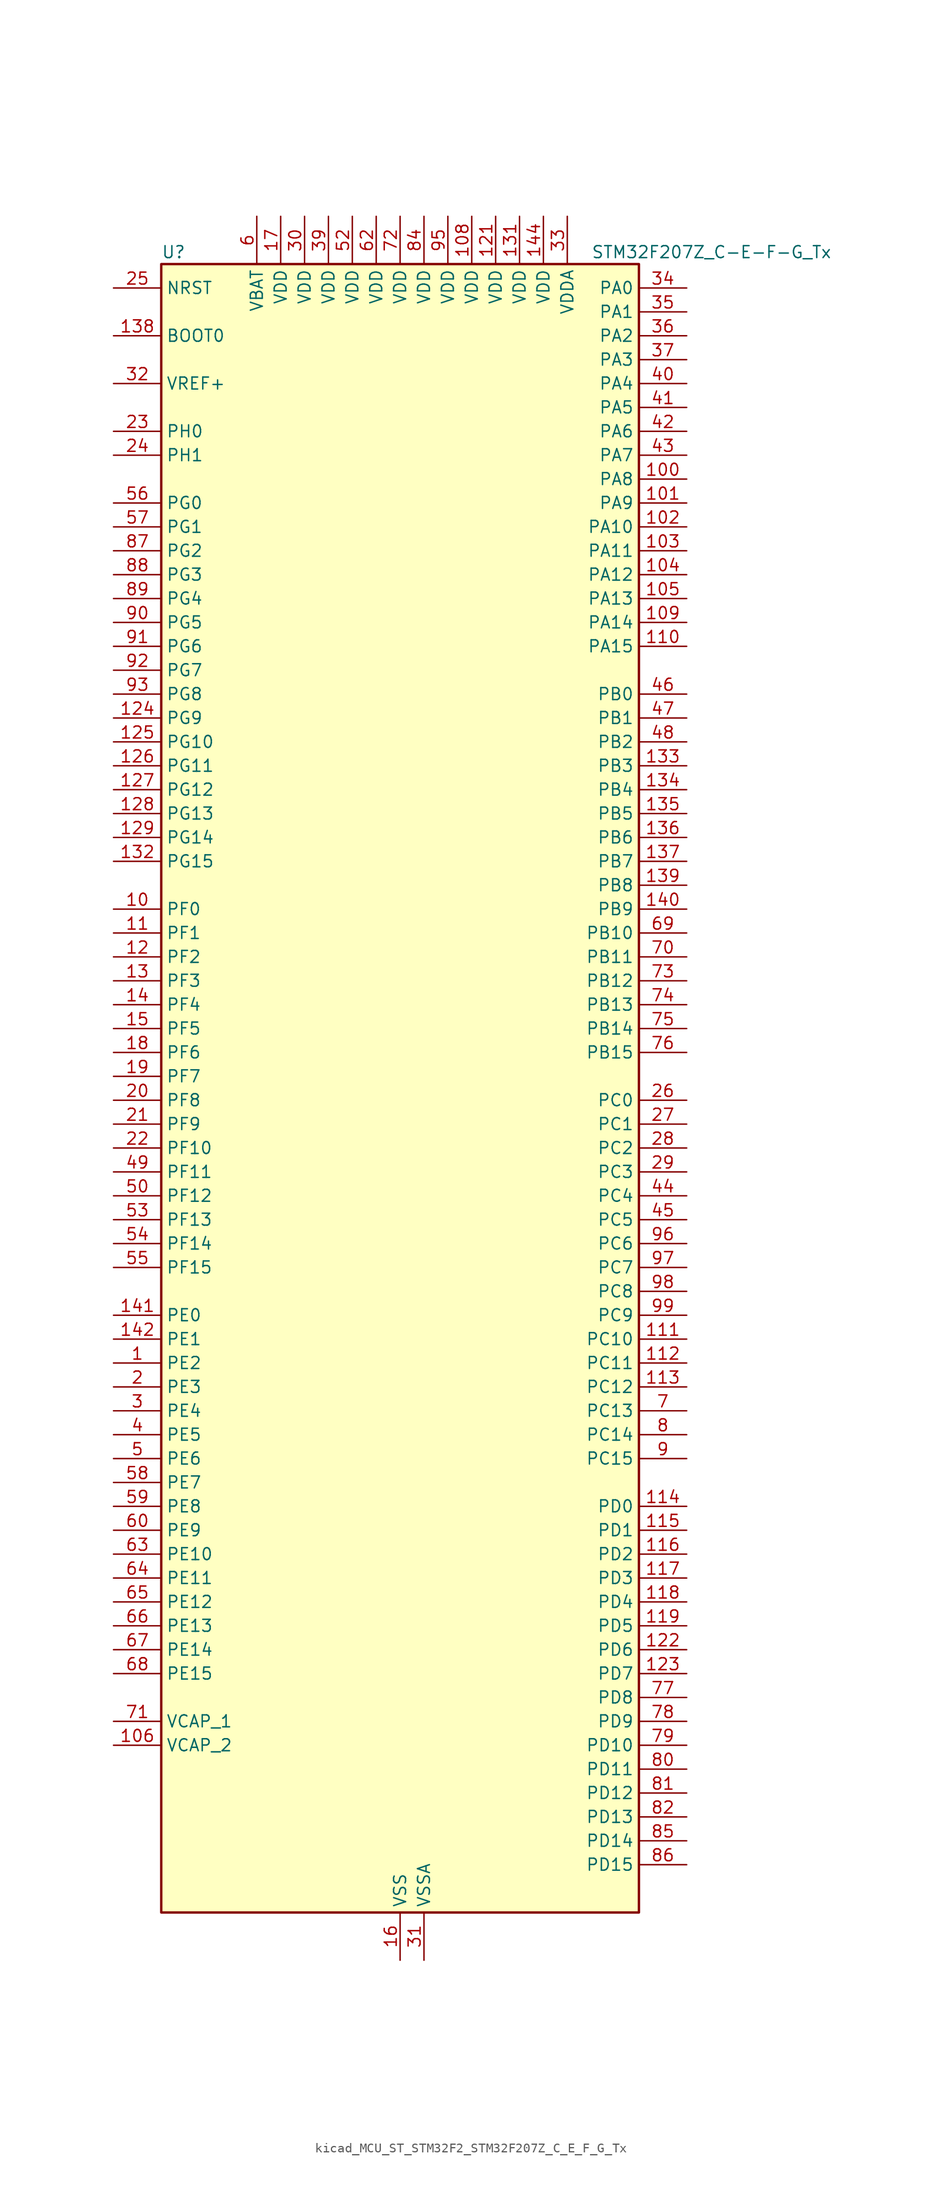
<source format=kicad_sym>
(kicad_symbol_lib
  (version 20220914)
  (generator kicad_symbol_editor)
  (symbol "kicad_MCU_ST_STM32F2_STM32F207Z_C_E_F_G_Tx"
    (property "Reference" "U"
      (at -25.4 90.17 0)
      (effects (font (size 1.27 1.27)) (justify left)))
    (property "Value" "STM32F207Z_C-E-F-G_Tx"
      (at 20.32 90.17 0)
      (effects (font (size 1.27 1.27)) (justify left)))
    (property "ki_locked" ""
      (at 0 0 0)
      (effects (font (size 1.27 1.27))))
    (symbol "kicad_MCU_ST_STM32F2_STM32F207Z_C_E_F_G_Tx_0_1"
      (rectangle (start -25.4 -86.36) (end 25.4 88.9) (stroke (width 0.254) (type default)) (fill (type background))))
    (symbol "kicad_MCU_ST_STM32F2_STM32F207Z_C_E_F_G_Tx_1_1"
      (pin bidirectional line (at -30.48 -27.94 0) (length 5.08) (name "PE2" (effects (font (size 1.27 1.27)))) (number "1" (effects (font (size 1.27 1.27)))) (alternate "ETH_TXD3" bidirectional line) (alternate "FSMC_A23" bidirectional line) (alternate "SYS_TRACECLK" bidirectional line))
      (pin bidirectional line (at -30.48 20.32 0) (length 5.08) (name "PF0" (effects (font (size 1.27 1.27)))) (number "10" (effects (font (size 1.27 1.27)))) (alternate "FSMC_A0" bidirectional line) (alternate "I2C2_SDA" bidirectional line))
      (pin bidirectional line (at 30.48 66.04 180) (length 5.08) (name "PA8" (effects (font (size 1.27 1.27)))) (number "100" (effects (font (size 1.27 1.27)))) (alternate "I2C3_SCL" bidirectional line) (alternate "RCC_MCO_1" bidirectional line) (alternate "TIM1_CH1" bidirectional line) (alternate "USART1_CK" bidirectional line) (alternate "USB_OTG_FS_SOF" bidirectional line))
      (pin bidirectional line (at 30.48 63.5 180) (length 5.08) (name "PA9" (effects (font (size 1.27 1.27)))) (number "101" (effects (font (size 1.27 1.27)))) (alternate "DAC_EXTI9" bidirectional line) (alternate "DCMI_D0" bidirectional line) (alternate "I2C3_SMBA" bidirectional line) (alternate "TIM1_CH2" bidirectional line) (alternate "USART1_TX" bidirectional line) (alternate "USB_OTG_FS_VBUS" bidirectional line))
      (pin bidirectional line (at 30.48 60.96 180) (length 5.08) (name "PA10" (effects (font (size 1.27 1.27)))) (number "102" (effects (font (size 1.27 1.27)))) (alternate "DCMI_D1" bidirectional line) (alternate "TIM1_CH3" bidirectional line) (alternate "USART1_RX" bidirectional line) (alternate "USB_OTG_FS_ID" bidirectional line))
      (pin bidirectional line (at 30.48 58.42 180) (length 5.08) (name "PA11" (effects (font (size 1.27 1.27)))) (number "103" (effects (font (size 1.27 1.27)))) (alternate "ADC1_EXTI11" bidirectional line) (alternate "ADC2_EXTI11" bidirectional line) (alternate "ADC3_EXTI11" bidirectional line) (alternate "CAN1_RX" bidirectional line) (alternate "TIM1_CH4" bidirectional line) (alternate "USART1_CTS" bidirectional line) (alternate "USB_OTG_FS_DM" bidirectional line))
      (pin bidirectional line (at 30.48 55.88 180) (length 5.08) (name "PA12" (effects (font (size 1.27 1.27)))) (number "104" (effects (font (size 1.27 1.27)))) (alternate "CAN1_TX" bidirectional line) (alternate "TIM1_ETR" bidirectional line) (alternate "USART1_RTS" bidirectional line) (alternate "USB_OTG_FS_DP" bidirectional line))
      (pin bidirectional line (at 30.48 53.34 180) (length 5.08) (name "PA13" (effects (font (size 1.27 1.27)))) (number "105" (effects (font (size 1.27 1.27)))) (alternate "SYS_JTMS-SWDIO" bidirectional line))
      (pin power_out line (at -30.48 -68.58 0) (length 5.08) (name "VCAP_2" (effects (font (size 1.27 1.27)))) (number "106" (effects (font (size 1.27 1.27)))))
      (pin passive line (at 0 -91.44 90) (length 5.08) hide (name "VSS" (effects (font (size 1.27 1.27)))) (number "107" (effects (font (size 1.27 1.27)))))
      (pin power_in line (at 7.62 93.98 270) (length 5.08) (name "VDD" (effects (font (size 1.27 1.27)))) (number "108" (effects (font (size 1.27 1.27)))))
      (pin bidirectional line (at 30.48 50.8 180) (length 5.08) (name "PA14" (effects (font (size 1.27 1.27)))) (number "109" (effects (font (size 1.27 1.27)))) (alternate "SYS_JTCK-SWCLK" bidirectional line))
      (pin bidirectional line (at -30.48 17.78 0) (length 5.08) (name "PF1" (effects (font (size 1.27 1.27)))) (number "11" (effects (font (size 1.27 1.27)))) (alternate "FSMC_A1" bidirectional line) (alternate "I2C2_SCL" bidirectional line))
      (pin bidirectional line (at 30.48 48.26 180) (length 5.08) (name "PA15" (effects (font (size 1.27 1.27)))) (number "110" (effects (font (size 1.27 1.27)))) (alternate "ADC1_EXTI15" bidirectional line) (alternate "ADC2_EXTI15" bidirectional line) (alternate "ADC3_EXTI15" bidirectional line) (alternate "I2S3_WS" bidirectional line) (alternate "SPI1_NSS" bidirectional line) (alternate "SPI3_NSS" bidirectional line) (alternate "SYS_JTDI" bidirectional line) (alternate "TIM2_CH1" bidirectional line) (alternate "TIM2_ETR" bidirectional line))
      (pin bidirectional line (at 30.48 -25.4 180) (length 5.08) (name "PC10" (effects (font (size 1.27 1.27)))) (number "111" (effects (font (size 1.27 1.27)))) (alternate "DCMI_D8" bidirectional line) (alternate "I2S3_SCK" bidirectional line) (alternate "SDIO_D2" bidirectional line) (alternate "SPI3_SCK" bidirectional line) (alternate "UART4_TX" bidirectional line) (alternate "USART3_TX" bidirectional line))
      (pin bidirectional line (at 30.48 -27.94 180) (length 5.08) (name "PC11" (effects (font (size 1.27 1.27)))) (number "112" (effects (font (size 1.27 1.27)))) (alternate "ADC1_EXTI11" bidirectional line) (alternate "ADC2_EXTI11" bidirectional line) (alternate "ADC3_EXTI11" bidirectional line) (alternate "DCMI_D4" bidirectional line) (alternate "SDIO_D3" bidirectional line) (alternate "SPI3_MISO" bidirectional line) (alternate "UART4_RX" bidirectional line) (alternate "USART3_RX" bidirectional line))
      (pin bidirectional line (at 30.48 -30.48 180) (length 5.08) (name "PC12" (effects (font (size 1.27 1.27)))) (number "113" (effects (font (size 1.27 1.27)))) (alternate "DCMI_D9" bidirectional line) (alternate "I2S3_SD" bidirectional line) (alternate "SDIO_CK" bidirectional line) (alternate "SPI3_MOSI" bidirectional line) (alternate "UART5_TX" bidirectional line) (alternate "USART3_CK" bidirectional line))
      (pin bidirectional line (at 30.48 -43.18 180) (length 5.08) (name "PD0" (effects (font (size 1.27 1.27)))) (number "114" (effects (font (size 1.27 1.27)))) (alternate "CAN1_RX" bidirectional line) (alternate "FSMC_D2" bidirectional line) (alternate "FSMC_DA2" bidirectional line))
      (pin bidirectional line (at 30.48 -45.72 180) (length 5.08) (name "PD1" (effects (font (size 1.27 1.27)))) (number "115" (effects (font (size 1.27 1.27)))) (alternate "CAN1_TX" bidirectional line) (alternate "FSMC_D3" bidirectional line) (alternate "FSMC_DA3" bidirectional line))
      (pin bidirectional line (at 30.48 -48.26 180) (length 5.08) (name "PD2" (effects (font (size 1.27 1.27)))) (number "116" (effects (font (size 1.27 1.27)))) (alternate "DCMI_D11" bidirectional line) (alternate "SDIO_CMD" bidirectional line) (alternate "TIM3_ETR" bidirectional line) (alternate "UART5_RX" bidirectional line))
      (pin bidirectional line (at 30.48 -50.8 180) (length 5.08) (name "PD3" (effects (font (size 1.27 1.27)))) (number "117" (effects (font (size 1.27 1.27)))) (alternate "FSMC_CLK" bidirectional line) (alternate "USART2_CTS" bidirectional line))
      (pin bidirectional line (at 30.48 -53.34 180) (length 5.08) (name "PD4" (effects (font (size 1.27 1.27)))) (number "118" (effects (font (size 1.27 1.27)))) (alternate "FSMC_NOE" bidirectional line) (alternate "USART2_RTS" bidirectional line))
      (pin bidirectional line (at 30.48 -55.88 180) (length 5.08) (name "PD5" (effects (font (size 1.27 1.27)))) (number "119" (effects (font (size 1.27 1.27)))) (alternate "FSMC_NWE" bidirectional line) (alternate "USART2_TX" bidirectional line))
      (pin bidirectional line (at -30.48 15.24 0) (length 5.08) (name "PF2" (effects (font (size 1.27 1.27)))) (number "12" (effects (font (size 1.27 1.27)))) (alternate "FSMC_A2" bidirectional line) (alternate "I2C2_SMBA" bidirectional line))
      (pin passive line (at 0 -91.44 90) (length 5.08) hide (name "VSS" (effects (font (size 1.27 1.27)))) (number "120" (effects (font (size 1.27 1.27)))))
      (pin power_in line (at 10.16 93.98 270) (length 5.08) (name "VDD" (effects (font (size 1.27 1.27)))) (number "121" (effects (font (size 1.27 1.27)))))
      (pin bidirectional line (at 30.48 -58.42 180) (length 5.08) (name "PD6" (effects (font (size 1.27 1.27)))) (number "122" (effects (font (size 1.27 1.27)))) (alternate "FSMC_NWAIT" bidirectional line) (alternate "USART2_RX" bidirectional line))
      (pin bidirectional line (at 30.48 -60.96 180) (length 5.08) (name "PD7" (effects (font (size 1.27 1.27)))) (number "123" (effects (font (size 1.27 1.27)))) (alternate "FSMC_NCE2" bidirectional line) (alternate "FSMC_NE1" bidirectional line) (alternate "USART2_CK" bidirectional line))
      (pin bidirectional line (at -30.48 40.64 0) (length 5.08) (name "PG9" (effects (font (size 1.27 1.27)))) (number "124" (effects (font (size 1.27 1.27)))) (alternate "DAC_EXTI9" bidirectional line) (alternate "FSMC_NCE3" bidirectional line) (alternate "FSMC_NE2" bidirectional line) (alternate "USART6_RX" bidirectional line))
      (pin bidirectional line (at -30.48 38.1 0) (length 5.08) (name "PG10" (effects (font (size 1.27 1.27)))) (number "125" (effects (font (size 1.27 1.27)))) (alternate "FSMC_NCE4_1" bidirectional line) (alternate "FSMC_NE3" bidirectional line))
      (pin bidirectional line (at -30.48 35.56 0) (length 5.08) (name "PG11" (effects (font (size 1.27 1.27)))) (number "126" (effects (font (size 1.27 1.27)))) (alternate "ADC1_EXTI11" bidirectional line) (alternate "ADC2_EXTI11" bidirectional line) (alternate "ADC3_EXTI11" bidirectional line) (alternate "ETH_TX_EN" bidirectional line) (alternate "FSMC_NCE4_2" bidirectional line))
      (pin bidirectional line (at -30.48 33.02 0) (length 5.08) (name "PG12" (effects (font (size 1.27 1.27)))) (number "127" (effects (font (size 1.27 1.27)))) (alternate "FSMC_NE4" bidirectional line) (alternate "USART6_RTS" bidirectional line))
      (pin bidirectional line (at -30.48 30.48 0) (length 5.08) (name "PG13" (effects (font (size 1.27 1.27)))) (number "128" (effects (font (size 1.27 1.27)))) (alternate "ETH_TXD0" bidirectional line) (alternate "FSMC_A24" bidirectional line) (alternate "USART6_CTS" bidirectional line))
      (pin bidirectional line (at -30.48 27.94 0) (length 5.08) (name "PG14" (effects (font (size 1.27 1.27)))) (number "129" (effects (font (size 1.27 1.27)))) (alternate "ETH_TXD1" bidirectional line) (alternate "FSMC_A25" bidirectional line) (alternate "USART6_TX" bidirectional line))
      (pin bidirectional line (at -30.48 12.7 0) (length 5.08) (name "PF3" (effects (font (size 1.27 1.27)))) (number "13" (effects (font (size 1.27 1.27)))) (alternate "ADC3_IN9" bidirectional line) (alternate "FSMC_A3" bidirectional line))
      (pin passive line (at 0 -91.44 90) (length 5.08) hide (name "VSS" (effects (font (size 1.27 1.27)))) (number "130" (effects (font (size 1.27 1.27)))))
      (pin power_in line (at 12.7 93.98 270) (length 5.08) (name "VDD" (effects (font (size 1.27 1.27)))) (number "131" (effects (font (size 1.27 1.27)))))
      (pin bidirectional line (at -30.48 25.4 0) (length 5.08) (name "PG15" (effects (font (size 1.27 1.27)))) (number "132" (effects (font (size 1.27 1.27)))) (alternate "ADC1_EXTI15" bidirectional line) (alternate "ADC2_EXTI15" bidirectional line) (alternate "ADC3_EXTI15" bidirectional line) (alternate "DCMI_D13" bidirectional line) (alternate "USART6_CTS" bidirectional line))
      (pin bidirectional line (at 30.48 35.56 180) (length 5.08) (name "PB3" (effects (font (size 1.27 1.27)))) (number "133" (effects (font (size 1.27 1.27)))) (alternate "I2S3_SCK" bidirectional line) (alternate "SPI1_SCK" bidirectional line) (alternate "SPI3_SCK" bidirectional line) (alternate "SYS_JTDO-SWO" bidirectional line) (alternate "TIM2_CH2" bidirectional line))
      (pin bidirectional line (at 30.48 33.02 180) (length 5.08) (name "PB4" (effects (font (size 1.27 1.27)))) (number "134" (effects (font (size 1.27 1.27)))) (alternate "SPI1_MISO" bidirectional line) (alternate "SPI3_MISO" bidirectional line) (alternate "SYS_JTRST" bidirectional line) (alternate "TIM3_CH1" bidirectional line))
      (pin bidirectional line (at 30.48 30.48 180) (length 5.08) (name "PB5" (effects (font (size 1.27 1.27)))) (number "135" (effects (font (size 1.27 1.27)))) (alternate "CAN2_RX" bidirectional line) (alternate "DCMI_D10" bidirectional line) (alternate "ETH_PPS_OUT" bidirectional line) (alternate "I2C1_SMBA" bidirectional line) (alternate "I2S3_SD" bidirectional line) (alternate "SPI1_MOSI" bidirectional line) (alternate "SPI3_MOSI" bidirectional line) (alternate "TIM3_CH2" bidirectional line) (alternate "USB_OTG_HS_ULPI_D7" bidirectional line))
      (pin bidirectional line (at 30.48 27.94 180) (length 5.08) (name "PB6" (effects (font (size 1.27 1.27)))) (number "136" (effects (font (size 1.27 1.27)))) (alternate "CAN2_TX" bidirectional line) (alternate "DCMI_D5" bidirectional line) (alternate "I2C1_SCL" bidirectional line) (alternate "TIM4_CH1" bidirectional line) (alternate "USART1_TX" bidirectional line))
      (pin bidirectional line (at 30.48 25.4 180) (length 5.08) (name "PB7" (effects (font (size 1.27 1.27)))) (number "137" (effects (font (size 1.27 1.27)))) (alternate "DCMI_VSYNC" bidirectional line) (alternate "FSMC_NL" bidirectional line) (alternate "I2C1_SDA" bidirectional line) (alternate "TIM4_CH2" bidirectional line) (alternate "USART1_RX" bidirectional line))
      (pin input line (at -30.48 81.28 0) (length 5.08) (name "BOOT0" (effects (font (size 1.27 1.27)))) (number "138" (effects (font (size 1.27 1.27)))))
      (pin bidirectional line (at 30.48 22.86 180) (length 5.08) (name "PB8" (effects (font (size 1.27 1.27)))) (number "139" (effects (font (size 1.27 1.27)))) (alternate "CAN1_RX" bidirectional line) (alternate "DCMI_D6" bidirectional line) (alternate "ETH_TXD3" bidirectional line) (alternate "I2C1_SCL" bidirectional line) (alternate "SDIO_D4" bidirectional line) (alternate "TIM10_CH1" bidirectional line) (alternate "TIM4_CH3" bidirectional line))
      (pin bidirectional line (at -30.48 10.16 0) (length 5.08) (name "PF4" (effects (font (size 1.27 1.27)))) (number "14" (effects (font (size 1.27 1.27)))) (alternate "ADC3_IN14" bidirectional line) (alternate "FSMC_A4" bidirectional line))
      (pin bidirectional line (at 30.48 20.32 180) (length 5.08) (name "PB9" (effects (font (size 1.27 1.27)))) (number "140" (effects (font (size 1.27 1.27)))) (alternate "CAN1_TX" bidirectional line) (alternate "DAC_EXTI9" bidirectional line) (alternate "DCMI_D7" bidirectional line) (alternate "I2C1_SDA" bidirectional line) (alternate "I2S2_WS" bidirectional line) (alternate "SDIO_D5" bidirectional line) (alternate "SPI2_NSS" bidirectional line) (alternate "TIM11_CH1" bidirectional line) (alternate "TIM4_CH4" bidirectional line))
      (pin bidirectional line (at -30.48 -22.86 0) (length 5.08) (name "PE0" (effects (font (size 1.27 1.27)))) (number "141" (effects (font (size 1.27 1.27)))) (alternate "DCMI_D2" bidirectional line) (alternate "FSMC_NBL0" bidirectional line) (alternate "TIM4_ETR" bidirectional line))
      (pin bidirectional line (at -30.48 -25.4 0) (length 5.08) (name "PE1" (effects (font (size 1.27 1.27)))) (number "142" (effects (font (size 1.27 1.27)))) (alternate "DCMI_D3" bidirectional line) (alternate "FSMC_NBL1" bidirectional line))
      (pin no_connect line (at -25.4 -86.36 0) (length 5.08) hide (name "RFU" (effects (font (size 1.27 1.27)))) (number "143" (effects (font (size 1.27 1.27)))))
      (pin power_in line (at 15.24 93.98 270) (length 5.08) (name "VDD" (effects (font (size 1.27 1.27)))) (number "144" (effects (font (size 1.27 1.27)))))
      (pin bidirectional line (at -30.48 7.62 0) (length 5.08) (name "PF5" (effects (font (size 1.27 1.27)))) (number "15" (effects (font (size 1.27 1.27)))) (alternate "ADC3_IN15" bidirectional line) (alternate "FSMC_A5" bidirectional line))
      (pin power_in line (at 0 -91.44 90) (length 5.08) (name "VSS" (effects (font (size 1.27 1.27)))) (number "16" (effects (font (size 1.27 1.27)))))
      (pin power_in line (at -12.7 93.98 270) (length 5.08) (name "VDD" (effects (font (size 1.27 1.27)))) (number "17" (effects (font (size 1.27 1.27)))))
      (pin bidirectional line (at -30.48 5.08 0) (length 5.08) (name "PF6" (effects (font (size 1.27 1.27)))) (number "18" (effects (font (size 1.27 1.27)))) (alternate "ADC3_IN4" bidirectional line) (alternate "FSMC_NIORD" bidirectional line) (alternate "TIM10_CH1" bidirectional line))
      (pin bidirectional line (at -30.48 2.54 0) (length 5.08) (name "PF7" (effects (font (size 1.27 1.27)))) (number "19" (effects (font (size 1.27 1.27)))) (alternate "ADC3_IN5" bidirectional line) (alternate "FSMC_NREG" bidirectional line) (alternate "TIM11_CH1" bidirectional line))
      (pin bidirectional line (at -30.48 -30.48 0) (length 5.08) (name "PE3" (effects (font (size 1.27 1.27)))) (number "2" (effects (font (size 1.27 1.27)))) (alternate "FSMC_A19" bidirectional line) (alternate "SYS_TRACED0" bidirectional line))
      (pin bidirectional line (at -30.48 0 0) (length 5.08) (name "PF8" (effects (font (size 1.27 1.27)))) (number "20" (effects (font (size 1.27 1.27)))) (alternate "ADC3_IN6" bidirectional line) (alternate "FSMC_NIOWR" bidirectional line) (alternate "TIM13_CH1" bidirectional line))
      (pin bidirectional line (at -30.48 -2.54 0) (length 5.08) (name "PF9" (effects (font (size 1.27 1.27)))) (number "21" (effects (font (size 1.27 1.27)))) (alternate "ADC3_IN7" bidirectional line) (alternate "DAC_EXTI9" bidirectional line) (alternate "FSMC_CD" bidirectional line) (alternate "TIM14_CH1" bidirectional line))
      (pin bidirectional line (at -30.48 -5.08 0) (length 5.08) (name "PF10" (effects (font (size 1.27 1.27)))) (number "22" (effects (font (size 1.27 1.27)))) (alternate "ADC3_IN8" bidirectional line) (alternate "FSMC_INTR" bidirectional line))
      (pin bidirectional line (at -30.48 71.12 0) (length 5.08) (name "PH0" (effects (font (size 1.27 1.27)))) (number "23" (effects (font (size 1.27 1.27)))) (alternate "RCC_OSC_IN" bidirectional line))
      (pin bidirectional line (at -30.48 68.58 0) (length 5.08) (name "PH1" (effects (font (size 1.27 1.27)))) (number "24" (effects (font (size 1.27 1.27)))) (alternate "RCC_OSC_OUT" bidirectional line))
      (pin input line (at -30.48 86.36 0) (length 5.08) (name "NRST" (effects (font (size 1.27 1.27)))) (number "25" (effects (font (size 1.27 1.27)))))
      (pin bidirectional line (at 30.48 0 180) (length 5.08) (name "PC0" (effects (font (size 1.27 1.27)))) (number "26" (effects (font (size 1.27 1.27)))) (alternate "ADC1_IN10" bidirectional line) (alternate "ADC2_IN10" bidirectional line) (alternate "ADC3_IN10" bidirectional line) (alternate "USB_OTG_HS_ULPI_STP" bidirectional line))
      (pin bidirectional line (at 30.48 -2.54 180) (length 5.08) (name "PC1" (effects (font (size 1.27 1.27)))) (number "27" (effects (font (size 1.27 1.27)))) (alternate "ADC1_IN11" bidirectional line) (alternate "ADC2_IN11" bidirectional line) (alternate "ADC3_IN11" bidirectional line) (alternate "ETH_MDC" bidirectional line))
      (pin bidirectional line (at 30.48 -5.08 180) (length 5.08) (name "PC2" (effects (font (size 1.27 1.27)))) (number "28" (effects (font (size 1.27 1.27)))) (alternate "ADC1_IN12" bidirectional line) (alternate "ADC2_IN12" bidirectional line) (alternate "ADC3_IN12" bidirectional line) (alternate "ETH_TXD2" bidirectional line) (alternate "SPI2_MISO" bidirectional line) (alternate "USB_OTG_HS_ULPI_DIR" bidirectional line))
      (pin bidirectional line (at 30.48 -7.62 180) (length 5.08) (name "PC3" (effects (font (size 1.27 1.27)))) (number "29" (effects (font (size 1.27 1.27)))) (alternate "ADC1_IN13" bidirectional line) (alternate "ADC2_IN13" bidirectional line) (alternate "ADC3_IN13" bidirectional line) (alternate "ETH_TX_CLK" bidirectional line) (alternate "I2S2_SD" bidirectional line) (alternate "SPI2_MOSI" bidirectional line) (alternate "USB_OTG_HS_ULPI_NXT" bidirectional line))
      (pin bidirectional line (at -30.48 -33.02 0) (length 5.08) (name "PE4" (effects (font (size 1.27 1.27)))) (number "3" (effects (font (size 1.27 1.27)))) (alternate "DCMI_D4" bidirectional line) (alternate "FSMC_A20" bidirectional line) (alternate "SYS_TRACED1" bidirectional line))
      (pin power_in line (at -10.16 93.98 270) (length 5.08) (name "VDD" (effects (font (size 1.27 1.27)))) (number "30" (effects (font (size 1.27 1.27)))))
      (pin power_in line (at 2.54 -91.44 90) (length 5.08) (name "VSSA" (effects (font (size 1.27 1.27)))) (number "31" (effects (font (size 1.27 1.27)))))
      (pin input line (at -30.48 76.2 0) (length 5.08) (name "VREF+" (effects (font (size 1.27 1.27)))) (number "32" (effects (font (size 1.27 1.27)))))
      (pin power_in line (at 17.78 93.98 270) (length 5.08) (name "VDDA" (effects (font (size 1.27 1.27)))) (number "33" (effects (font (size 1.27 1.27)))))
      (pin bidirectional line (at 30.48 86.36 180) (length 5.08) (name "PA0" (effects (font (size 1.27 1.27)))) (number "34" (effects (font (size 1.27 1.27)))) (alternate "ADC1_IN0" bidirectional line) (alternate "ADC2_IN0" bidirectional line) (alternate "ADC3_IN0" bidirectional line) (alternate "ETH_CRS" bidirectional line) (alternate "SYS_WKUP" bidirectional line) (alternate "TIM2_CH1" bidirectional line) (alternate "TIM2_ETR" bidirectional line) (alternate "TIM5_CH1" bidirectional line) (alternate "TIM8_ETR" bidirectional line) (alternate "UART4_TX" bidirectional line) (alternate "USART2_CTS" bidirectional line))
      (pin bidirectional line (at 30.48 83.82 180) (length 5.08) (name "PA1" (effects (font (size 1.27 1.27)))) (number "35" (effects (font (size 1.27 1.27)))) (alternate "ADC1_IN1" bidirectional line) (alternate "ADC2_IN1" bidirectional line) (alternate "ADC3_IN1" bidirectional line) (alternate "ETH_REF_CLK" bidirectional line) (alternate "ETH_RX_CLK" bidirectional line) (alternate "TIM2_CH2" bidirectional line) (alternate "TIM5_CH2" bidirectional line) (alternate "UART4_RX" bidirectional line) (alternate "USART2_RTS" bidirectional line))
      (pin bidirectional line (at 30.48 81.28 180) (length 5.08) (name "PA2" (effects (font (size 1.27 1.27)))) (number "36" (effects (font (size 1.27 1.27)))) (alternate "ADC1_IN2" bidirectional line) (alternate "ADC2_IN2" bidirectional line) (alternate "ADC3_IN2" bidirectional line) (alternate "ETH_MDIO" bidirectional line) (alternate "TIM2_CH3" bidirectional line) (alternate "TIM5_CH3" bidirectional line) (alternate "TIM9_CH1" bidirectional line) (alternate "USART2_TX" bidirectional line))
      (pin bidirectional line (at 30.48 78.74 180) (length 5.08) (name "PA3" (effects (font (size 1.27 1.27)))) (number "37" (effects (font (size 1.27 1.27)))) (alternate "ADC1_IN3" bidirectional line) (alternate "ADC2_IN3" bidirectional line) (alternate "ADC3_IN3" bidirectional line) (alternate "ETH_COL" bidirectional line) (alternate "TIM2_CH4" bidirectional line) (alternate "TIM5_CH4" bidirectional line) (alternate "TIM9_CH2" bidirectional line) (alternate "USART2_RX" bidirectional line) (alternate "USB_OTG_HS_ULPI_D0" bidirectional line))
      (pin passive line (at 0 -91.44 90) (length 5.08) hide (name "VSS" (effects (font (size 1.27 1.27)))) (number "38" (effects (font (size 1.27 1.27)))))
      (pin power_in line (at -7.62 93.98 270) (length 5.08) (name "VDD" (effects (font (size 1.27 1.27)))) (number "39" (effects (font (size 1.27 1.27)))))
      (pin bidirectional line (at -30.48 -35.56 0) (length 5.08) (name "PE5" (effects (font (size 1.27 1.27)))) (number "4" (effects (font (size 1.27 1.27)))) (alternate "DCMI_D6" bidirectional line) (alternate "FSMC_A21" bidirectional line) (alternate "SYS_TRACED2" bidirectional line) (alternate "TIM9_CH1" bidirectional line))
      (pin bidirectional line (at 30.48 76.2 180) (length 5.08) (name "PA4" (effects (font (size 1.27 1.27)))) (number "40" (effects (font (size 1.27 1.27)))) (alternate "ADC1_IN4" bidirectional line) (alternate "ADC2_IN4" bidirectional line) (alternate "DAC_OUT1" bidirectional line) (alternate "DCMI_HSYNC" bidirectional line) (alternate "I2S3_WS" bidirectional line) (alternate "SPI1_NSS" bidirectional line) (alternate "SPI3_NSS" bidirectional line) (alternate "USART2_CK" bidirectional line) (alternate "USB_OTG_HS_SOF" bidirectional line))
      (pin bidirectional line (at 30.48 73.66 180) (length 5.08) (name "PA5" (effects (font (size 1.27 1.27)))) (number "41" (effects (font (size 1.27 1.27)))) (alternate "ADC1_IN5" bidirectional line) (alternate "ADC2_IN5" bidirectional line) (alternate "DAC_OUT2" bidirectional line) (alternate "SPI1_SCK" bidirectional line) (alternate "TIM2_CH1" bidirectional line) (alternate "TIM2_ETR" bidirectional line) (alternate "TIM8_CH1N" bidirectional line) (alternate "USB_OTG_HS_ULPI_CK" bidirectional line))
      (pin bidirectional line (at 30.48 71.12 180) (length 5.08) (name "PA6" (effects (font (size 1.27 1.27)))) (number "42" (effects (font (size 1.27 1.27)))) (alternate "ADC1_IN6" bidirectional line) (alternate "ADC2_IN6" bidirectional line) (alternate "DCMI_PIXCLK" bidirectional line) (alternate "SPI1_MISO" bidirectional line) (alternate "TIM13_CH1" bidirectional line) (alternate "TIM1_BKIN" bidirectional line) (alternate "TIM3_CH1" bidirectional line) (alternate "TIM8_BKIN" bidirectional line))
      (pin bidirectional line (at 30.48 68.58 180) (length 5.08) (name "PA7" (effects (font (size 1.27 1.27)))) (number "43" (effects (font (size 1.27 1.27)))) (alternate "ADC1_IN7" bidirectional line) (alternate "ADC2_IN7" bidirectional line) (alternate "ETH_CRS_DV" bidirectional line) (alternate "ETH_RX_DV" bidirectional line) (alternate "SPI1_MOSI" bidirectional line) (alternate "TIM14_CH1" bidirectional line) (alternate "TIM1_CH1N" bidirectional line) (alternate "TIM3_CH2" bidirectional line) (alternate "TIM8_CH1N" bidirectional line))
      (pin bidirectional line (at 30.48 -10.16 180) (length 5.08) (name "PC4" (effects (font (size 1.27 1.27)))) (number "44" (effects (font (size 1.27 1.27)))) (alternate "ADC1_IN14" bidirectional line) (alternate "ADC2_IN14" bidirectional line) (alternate "ETH_RXD0" bidirectional line))
      (pin bidirectional line (at 30.48 -12.7 180) (length 5.08) (name "PC5" (effects (font (size 1.27 1.27)))) (number "45" (effects (font (size 1.27 1.27)))) (alternate "ADC1_IN15" bidirectional line) (alternate "ADC2_IN15" bidirectional line) (alternate "ETH_RXD1" bidirectional line))
      (pin bidirectional line (at 30.48 43.18 180) (length 5.08) (name "PB0" (effects (font (size 1.27 1.27)))) (number "46" (effects (font (size 1.27 1.27)))) (alternate "ADC1_IN8" bidirectional line) (alternate "ADC2_IN8" bidirectional line) (alternate "ETH_RXD2" bidirectional line) (alternate "TIM1_CH2N" bidirectional line) (alternate "TIM3_CH3" bidirectional line) (alternate "TIM8_CH2N" bidirectional line) (alternate "USB_OTG_HS_ULPI_D1" bidirectional line))
      (pin bidirectional line (at 30.48 40.64 180) (length 5.08) (name "PB1" (effects (font (size 1.27 1.27)))) (number "47" (effects (font (size 1.27 1.27)))) (alternate "ADC1_IN9" bidirectional line) (alternate "ADC2_IN9" bidirectional line) (alternate "ETH_RXD3" bidirectional line) (alternate "TIM1_CH3N" bidirectional line) (alternate "TIM3_CH4" bidirectional line) (alternate "TIM8_CH3N" bidirectional line) (alternate "USB_OTG_HS_ULPI_D2" bidirectional line))
      (pin bidirectional line (at 30.48 38.1 180) (length 5.08) (name "PB2" (effects (font (size 1.27 1.27)))) (number "48" (effects (font (size 1.27 1.27)))))
      (pin bidirectional line (at -30.48 -7.62 0) (length 5.08) (name "PF11" (effects (font (size 1.27 1.27)))) (number "49" (effects (font (size 1.27 1.27)))) (alternate "ADC1_EXTI11" bidirectional line) (alternate "ADC2_EXTI11" bidirectional line) (alternate "ADC3_EXTI11" bidirectional line) (alternate "DCMI_D12" bidirectional line))
      (pin bidirectional line (at -30.48 -38.1 0) (length 5.08) (name "PE6" (effects (font (size 1.27 1.27)))) (number "5" (effects (font (size 1.27 1.27)))) (alternate "DCMI_D7" bidirectional line) (alternate "FSMC_A22" bidirectional line) (alternate "SYS_TRACED3" bidirectional line) (alternate "TIM9_CH2" bidirectional line))
      (pin bidirectional line (at -30.48 -10.16 0) (length 5.08) (name "PF12" (effects (font (size 1.27 1.27)))) (number "50" (effects (font (size 1.27 1.27)))) (alternate "FSMC_A6" bidirectional line))
      (pin passive line (at 0 -91.44 90) (length 5.08) hide (name "VSS" (effects (font (size 1.27 1.27)))) (number "51" (effects (font (size 1.27 1.27)))))
      (pin power_in line (at -5.08 93.98 270) (length 5.08) (name "VDD" (effects (font (size 1.27 1.27)))) (number "52" (effects (font (size 1.27 1.27)))))
      (pin bidirectional line (at -30.48 -12.7 0) (length 5.08) (name "PF13" (effects (font (size 1.27 1.27)))) (number "53" (effects (font (size 1.27 1.27)))) (alternate "FSMC_A7" bidirectional line))
      (pin bidirectional line (at -30.48 -15.24 0) (length 5.08) (name "PF14" (effects (font (size 1.27 1.27)))) (number "54" (effects (font (size 1.27 1.27)))) (alternate "FSMC_A8" bidirectional line))
      (pin bidirectional line (at -30.48 -17.78 0) (length 5.08) (name "PF15" (effects (font (size 1.27 1.27)))) (number "55" (effects (font (size 1.27 1.27)))) (alternate "ADC1_EXTI15" bidirectional line) (alternate "ADC2_EXTI15" bidirectional line) (alternate "ADC3_EXTI15" bidirectional line) (alternate "FSMC_A9" bidirectional line))
      (pin bidirectional line (at -30.48 63.5 0) (length 5.08) (name "PG0" (effects (font (size 1.27 1.27)))) (number "56" (effects (font (size 1.27 1.27)))) (alternate "FSMC_A10" bidirectional line))
      (pin bidirectional line (at -30.48 60.96 0) (length 5.08) (name "PG1" (effects (font (size 1.27 1.27)))) (number "57" (effects (font (size 1.27 1.27)))) (alternate "FSMC_A11" bidirectional line))
      (pin bidirectional line (at -30.48 -40.64 0) (length 5.08) (name "PE7" (effects (font (size 1.27 1.27)))) (number "58" (effects (font (size 1.27 1.27)))) (alternate "FSMC_D4" bidirectional line) (alternate "FSMC_DA4" bidirectional line) (alternate "TIM1_ETR" bidirectional line))
      (pin bidirectional line (at -30.48 -43.18 0) (length 5.08) (name "PE8" (effects (font (size 1.27 1.27)))) (number "59" (effects (font (size 1.27 1.27)))) (alternate "FSMC_D5" bidirectional line) (alternate "FSMC_DA5" bidirectional line) (alternate "TIM1_CH1N" bidirectional line))
      (pin power_in line (at -15.24 93.98 270) (length 5.08) (name "VBAT" (effects (font (size 1.27 1.27)))) (number "6" (effects (font (size 1.27 1.27)))))
      (pin bidirectional line (at -30.48 -45.72 0) (length 5.08) (name "PE9" (effects (font (size 1.27 1.27)))) (number "60" (effects (font (size 1.27 1.27)))) (alternate "DAC_EXTI9" bidirectional line) (alternate "FSMC_D6" bidirectional line) (alternate "FSMC_DA6" bidirectional line) (alternate "TIM1_CH1" bidirectional line))
      (pin passive line (at 0 -91.44 90) (length 5.08) hide (name "VSS" (effects (font (size 1.27 1.27)))) (number "61" (effects (font (size 1.27 1.27)))))
      (pin power_in line (at -2.54 93.98 270) (length 5.08) (name "VDD" (effects (font (size 1.27 1.27)))) (number "62" (effects (font (size 1.27 1.27)))))
      (pin bidirectional line (at -30.48 -48.26 0) (length 5.08) (name "PE10" (effects (font (size 1.27 1.27)))) (number "63" (effects (font (size 1.27 1.27)))) (alternate "FSMC_D7" bidirectional line) (alternate "FSMC_DA7" bidirectional line) (alternate "TIM1_CH2N" bidirectional line))
      (pin bidirectional line (at -30.48 -50.8 0) (length 5.08) (name "PE11" (effects (font (size 1.27 1.27)))) (number "64" (effects (font (size 1.27 1.27)))) (alternate "ADC1_EXTI11" bidirectional line) (alternate "ADC2_EXTI11" bidirectional line) (alternate "ADC3_EXTI11" bidirectional line) (alternate "FSMC_D8" bidirectional line) (alternate "FSMC_DA8" bidirectional line) (alternate "TIM1_CH2" bidirectional line))
      (pin bidirectional line (at -30.48 -53.34 0) (length 5.08) (name "PE12" (effects (font (size 1.27 1.27)))) (number "65" (effects (font (size 1.27 1.27)))) (alternate "FSMC_D9" bidirectional line) (alternate "FSMC_DA9" bidirectional line) (alternate "TIM1_CH3N" bidirectional line))
      (pin bidirectional line (at -30.48 -55.88 0) (length 5.08) (name "PE13" (effects (font (size 1.27 1.27)))) (number "66" (effects (font (size 1.27 1.27)))) (alternate "FSMC_D10" bidirectional line) (alternate "FSMC_DA10" bidirectional line) (alternate "TIM1_CH3" bidirectional line))
      (pin bidirectional line (at -30.48 -58.42 0) (length 5.08) (name "PE14" (effects (font (size 1.27 1.27)))) (number "67" (effects (font (size 1.27 1.27)))) (alternate "FSMC_D11" bidirectional line) (alternate "FSMC_DA11" bidirectional line) (alternate "TIM1_CH4" bidirectional line))
      (pin bidirectional line (at -30.48 -60.96 0) (length 5.08) (name "PE15" (effects (font (size 1.27 1.27)))) (number "68" (effects (font (size 1.27 1.27)))) (alternate "ADC1_EXTI15" bidirectional line) (alternate "ADC2_EXTI15" bidirectional line) (alternate "ADC3_EXTI15" bidirectional line) (alternate "FSMC_D12" bidirectional line) (alternate "FSMC_DA12" bidirectional line) (alternate "TIM1_BKIN" bidirectional line))
      (pin bidirectional line (at 30.48 17.78 180) (length 5.08) (name "PB10" (effects (font (size 1.27 1.27)))) (number "69" (effects (font (size 1.27 1.27)))) (alternate "ETH_RX_ER" bidirectional line) (alternate "I2C2_SCL" bidirectional line) (alternate "I2S2_SCK" bidirectional line) (alternate "SPI2_SCK" bidirectional line) (alternate "TIM2_CH3" bidirectional line) (alternate "USART3_TX" bidirectional line) (alternate "USB_OTG_HS_ULPI_D3" bidirectional line))
      (pin bidirectional line (at 30.48 -33.02 180) (length 5.08) (name "PC13" (effects (font (size 1.27 1.27)))) (number "7" (effects (font (size 1.27 1.27)))) (alternate "RTC_AF1" bidirectional line))
      (pin bidirectional line (at 30.48 15.24 180) (length 5.08) (name "PB11" (effects (font (size 1.27 1.27)))) (number "70" (effects (font (size 1.27 1.27)))) (alternate "ADC1_EXTI11" bidirectional line) (alternate "ADC2_EXTI11" bidirectional line) (alternate "ADC3_EXTI11" bidirectional line) (alternate "ETH_TX_EN" bidirectional line) (alternate "I2C2_SDA" bidirectional line) (alternate "TIM2_CH4" bidirectional line) (alternate "USART3_RX" bidirectional line) (alternate "USB_OTG_HS_ULPI_D4" bidirectional line))
      (pin power_out line (at -30.48 -66.04 0) (length 5.08) (name "VCAP_1" (effects (font (size 1.27 1.27)))) (number "71" (effects (font (size 1.27 1.27)))))
      (pin power_in line (at 0 93.98 270) (length 5.08) (name "VDD" (effects (font (size 1.27 1.27)))) (number "72" (effects (font (size 1.27 1.27)))))
      (pin bidirectional line (at 30.48 12.7 180) (length 5.08) (name "PB12" (effects (font (size 1.27 1.27)))) (number "73" (effects (font (size 1.27 1.27)))) (alternate "CAN2_RX" bidirectional line) (alternate "ETH_TXD0" bidirectional line) (alternate "I2C2_SMBA" bidirectional line) (alternate "I2S2_WS" bidirectional line) (alternate "SPI2_NSS" bidirectional line) (alternate "TIM1_BKIN" bidirectional line) (alternate "USART3_CK" bidirectional line) (alternate "USB_OTG_HS_ID" bidirectional line) (alternate "USB_OTG_HS_ULPI_D5" bidirectional line))
      (pin bidirectional line (at 30.48 10.16 180) (length 5.08) (name "PB13" (effects (font (size 1.27 1.27)))) (number "74" (effects (font (size 1.27 1.27)))) (alternate "CAN2_TX" bidirectional line) (alternate "ETH_TXD1" bidirectional line) (alternate "I2S2_SCK" bidirectional line) (alternate "SPI2_SCK" bidirectional line) (alternate "TIM1_CH1N" bidirectional line) (alternate "USART3_CTS" bidirectional line) (alternate "USB_OTG_HS_ULPI_D6" bidirectional line) (alternate "USB_OTG_HS_VBUS" bidirectional line))
      (pin bidirectional line (at 30.48 7.62 180) (length 5.08) (name "PB14" (effects (font (size 1.27 1.27)))) (number "75" (effects (font (size 1.27 1.27)))) (alternate "SPI2_MISO" bidirectional line) (alternate "TIM12_CH1" bidirectional line) (alternate "TIM1_CH2N" bidirectional line) (alternate "TIM8_CH2N" bidirectional line) (alternate "USART3_RTS" bidirectional line) (alternate "USB_OTG_HS_DM" bidirectional line))
      (pin bidirectional line (at 30.48 5.08 180) (length 5.08) (name "PB15" (effects (font (size 1.27 1.27)))) (number "76" (effects (font (size 1.27 1.27)))) (alternate "ADC1_EXTI15" bidirectional line) (alternate "ADC2_EXTI15" bidirectional line) (alternate "ADC3_EXTI15" bidirectional line) (alternate "I2S2_SD" bidirectional line) (alternate "RTC_REFIN" bidirectional line) (alternate "SPI2_MOSI" bidirectional line) (alternate "TIM12_CH2" bidirectional line) (alternate "TIM1_CH3N" bidirectional line) (alternate "TIM8_CH3N" bidirectional line) (alternate "USB_OTG_HS_DP" bidirectional line))
      (pin bidirectional line (at 30.48 -63.5 180) (length 5.08) (name "PD8" (effects (font (size 1.27 1.27)))) (number "77" (effects (font (size 1.27 1.27)))) (alternate "FSMC_D13" bidirectional line) (alternate "FSMC_DA13" bidirectional line) (alternate "USART3_TX" bidirectional line))
      (pin bidirectional line (at 30.48 -66.04 180) (length 5.08) (name "PD9" (effects (font (size 1.27 1.27)))) (number "78" (effects (font (size 1.27 1.27)))) (alternate "DAC_EXTI9" bidirectional line) (alternate "FSMC_D14" bidirectional line) (alternate "FSMC_DA14" bidirectional line) (alternate "USART3_RX" bidirectional line))
      (pin bidirectional line (at 30.48 -68.58 180) (length 5.08) (name "PD10" (effects (font (size 1.27 1.27)))) (number "79" (effects (font (size 1.27 1.27)))) (alternate "FSMC_D15" bidirectional line) (alternate "FSMC_DA15" bidirectional line) (alternate "USART3_CK" bidirectional line))
      (pin bidirectional line (at 30.48 -35.56 180) (length 5.08) (name "PC14" (effects (font (size 1.27 1.27)))) (number "8" (effects (font (size 1.27 1.27)))) (alternate "RCC_OSC32_IN" bidirectional line))
      (pin bidirectional line (at 30.48 -71.12 180) (length 5.08) (name "PD11" (effects (font (size 1.27 1.27)))) (number "80" (effects (font (size 1.27 1.27)))) (alternate "ADC1_EXTI11" bidirectional line) (alternate "ADC2_EXTI11" bidirectional line) (alternate "ADC3_EXTI11" bidirectional line) (alternate "FSMC_A16" bidirectional line) (alternate "FSMC_CLE" bidirectional line) (alternate "USART3_CTS" bidirectional line))
      (pin bidirectional line (at 30.48 -73.66 180) (length 5.08) (name "PD12" (effects (font (size 1.27 1.27)))) (number "81" (effects (font (size 1.27 1.27)))) (alternate "FSMC_A17" bidirectional line) (alternate "FSMC_ALE" bidirectional line) (alternate "TIM4_CH1" bidirectional line) (alternate "USART3_RTS" bidirectional line))
      (pin bidirectional line (at 30.48 -76.2 180) (length 5.08) (name "PD13" (effects (font (size 1.27 1.27)))) (number "82" (effects (font (size 1.27 1.27)))) (alternate "FSMC_A18" bidirectional line) (alternate "TIM4_CH2" bidirectional line))
      (pin passive line (at 0 -91.44 90) (length 5.08) hide (name "VSS" (effects (font (size 1.27 1.27)))) (number "83" (effects (font (size 1.27 1.27)))))
      (pin power_in line (at 2.54 93.98 270) (length 5.08) (name "VDD" (effects (font (size 1.27 1.27)))) (number "84" (effects (font (size 1.27 1.27)))))
      (pin bidirectional line (at 30.48 -78.74 180) (length 5.08) (name "PD14" (effects (font (size 1.27 1.27)))) (number "85" (effects (font (size 1.27 1.27)))) (alternate "FSMC_D0" bidirectional line) (alternate "FSMC_DA0" bidirectional line) (alternate "TIM4_CH3" bidirectional line))
      (pin bidirectional line (at 30.48 -81.28 180) (length 5.08) (name "PD15" (effects (font (size 1.27 1.27)))) (number "86" (effects (font (size 1.27 1.27)))) (alternate "ADC1_EXTI15" bidirectional line) (alternate "ADC2_EXTI15" bidirectional line) (alternate "ADC3_EXTI15" bidirectional line) (alternate "FSMC_D1" bidirectional line) (alternate "FSMC_DA1" bidirectional line) (alternate "TIM4_CH4" bidirectional line))
      (pin bidirectional line (at -30.48 58.42 0) (length 5.08) (name "PG2" (effects (font (size 1.27 1.27)))) (number "87" (effects (font (size 1.27 1.27)))) (alternate "FSMC_A12" bidirectional line))
      (pin bidirectional line (at -30.48 55.88 0) (length 5.08) (name "PG3" (effects (font (size 1.27 1.27)))) (number "88" (effects (font (size 1.27 1.27)))) (alternate "FSMC_A13" bidirectional line))
      (pin bidirectional line (at -30.48 53.34 0) (length 5.08) (name "PG4" (effects (font (size 1.27 1.27)))) (number "89" (effects (font (size 1.27 1.27)))) (alternate "FSMC_A14" bidirectional line))
      (pin bidirectional line (at 30.48 -38.1 180) (length 5.08) (name "PC15" (effects (font (size 1.27 1.27)))) (number "9" (effects (font (size 1.27 1.27)))) (alternate "ADC1_EXTI15" bidirectional line) (alternate "ADC2_EXTI15" bidirectional line) (alternate "ADC3_EXTI15" bidirectional line) (alternate "RCC_OSC32_OUT" bidirectional line))
      (pin bidirectional line (at -30.48 50.8 0) (length 5.08) (name "PG5" (effects (font (size 1.27 1.27)))) (number "90" (effects (font (size 1.27 1.27)))) (alternate "FSMC_A15" bidirectional line))
      (pin bidirectional line (at -30.48 48.26 0) (length 5.08) (name "PG6" (effects (font (size 1.27 1.27)))) (number "91" (effects (font (size 1.27 1.27)))) (alternate "FSMC_INT2" bidirectional line))
      (pin bidirectional line (at -30.48 45.72 0) (length 5.08) (name "PG7" (effects (font (size 1.27 1.27)))) (number "92" (effects (font (size 1.27 1.27)))) (alternate "FSMC_INT3" bidirectional line) (alternate "USART6_CK" bidirectional line))
      (pin bidirectional line (at -30.48 43.18 0) (length 5.08) (name "PG8" (effects (font (size 1.27 1.27)))) (number "93" (effects (font (size 1.27 1.27)))) (alternate "ETH_PPS_OUT" bidirectional line) (alternate "USART6_RTS" bidirectional line))
      (pin passive line (at 0 -91.44 90) (length 5.08) hide (name "VSS" (effects (font (size 1.27 1.27)))) (number "94" (effects (font (size 1.27 1.27)))))
      (pin power_in line (at 5.08 93.98 270) (length 5.08) (name "VDD" (effects (font (size 1.27 1.27)))) (number "95" (effects (font (size 1.27 1.27)))))
      (pin bidirectional line (at 30.48 -15.24 180) (length 5.08) (name "PC6" (effects (font (size 1.27 1.27)))) (number "96" (effects (font (size 1.27 1.27)))) (alternate "DCMI_D0" bidirectional line) (alternate "I2S2_MCK" bidirectional line) (alternate "SDIO_D6" bidirectional line) (alternate "TIM3_CH1" bidirectional line) (alternate "TIM8_CH1" bidirectional line) (alternate "USART6_TX" bidirectional line))
      (pin bidirectional line (at 30.48 -17.78 180) (length 5.08) (name "PC7" (effects (font (size 1.27 1.27)))) (number "97" (effects (font (size 1.27 1.27)))) (alternate "DCMI_D1" bidirectional line) (alternate "I2S3_MCK" bidirectional line) (alternate "SDIO_D7" bidirectional line) (alternate "TIM3_CH2" bidirectional line) (alternate "TIM8_CH2" bidirectional line) (alternate "USART6_RX" bidirectional line))
      (pin bidirectional line (at 30.48 -20.32 180) (length 5.08) (name "PC8" (effects (font (size 1.27 1.27)))) (number "98" (effects (font (size 1.27 1.27)))) (alternate "DCMI_D2" bidirectional line) (alternate "SDIO_D0" bidirectional line) (alternate "TIM3_CH3" bidirectional line) (alternate "TIM8_CH3" bidirectional line) (alternate "USART6_CK" bidirectional line))
      (pin bidirectional line (at 30.48 -22.86 180) (length 5.08) (name "PC9" (effects (font (size 1.27 1.27)))) (number "99" (effects (font (size 1.27 1.27)))) (alternate "DAC_EXTI9" bidirectional line) (alternate "DCMI_D3" bidirectional line) (alternate "I2C3_SDA" bidirectional line) (alternate "I2S_CKIN" bidirectional line) (alternate "RCC_MCO_2" bidirectional line) (alternate "SDIO_D1" bidirectional line) (alternate "TIM3_CH4" bidirectional line) (alternate "TIM8_CH4" bidirectional line)))))
</source>
